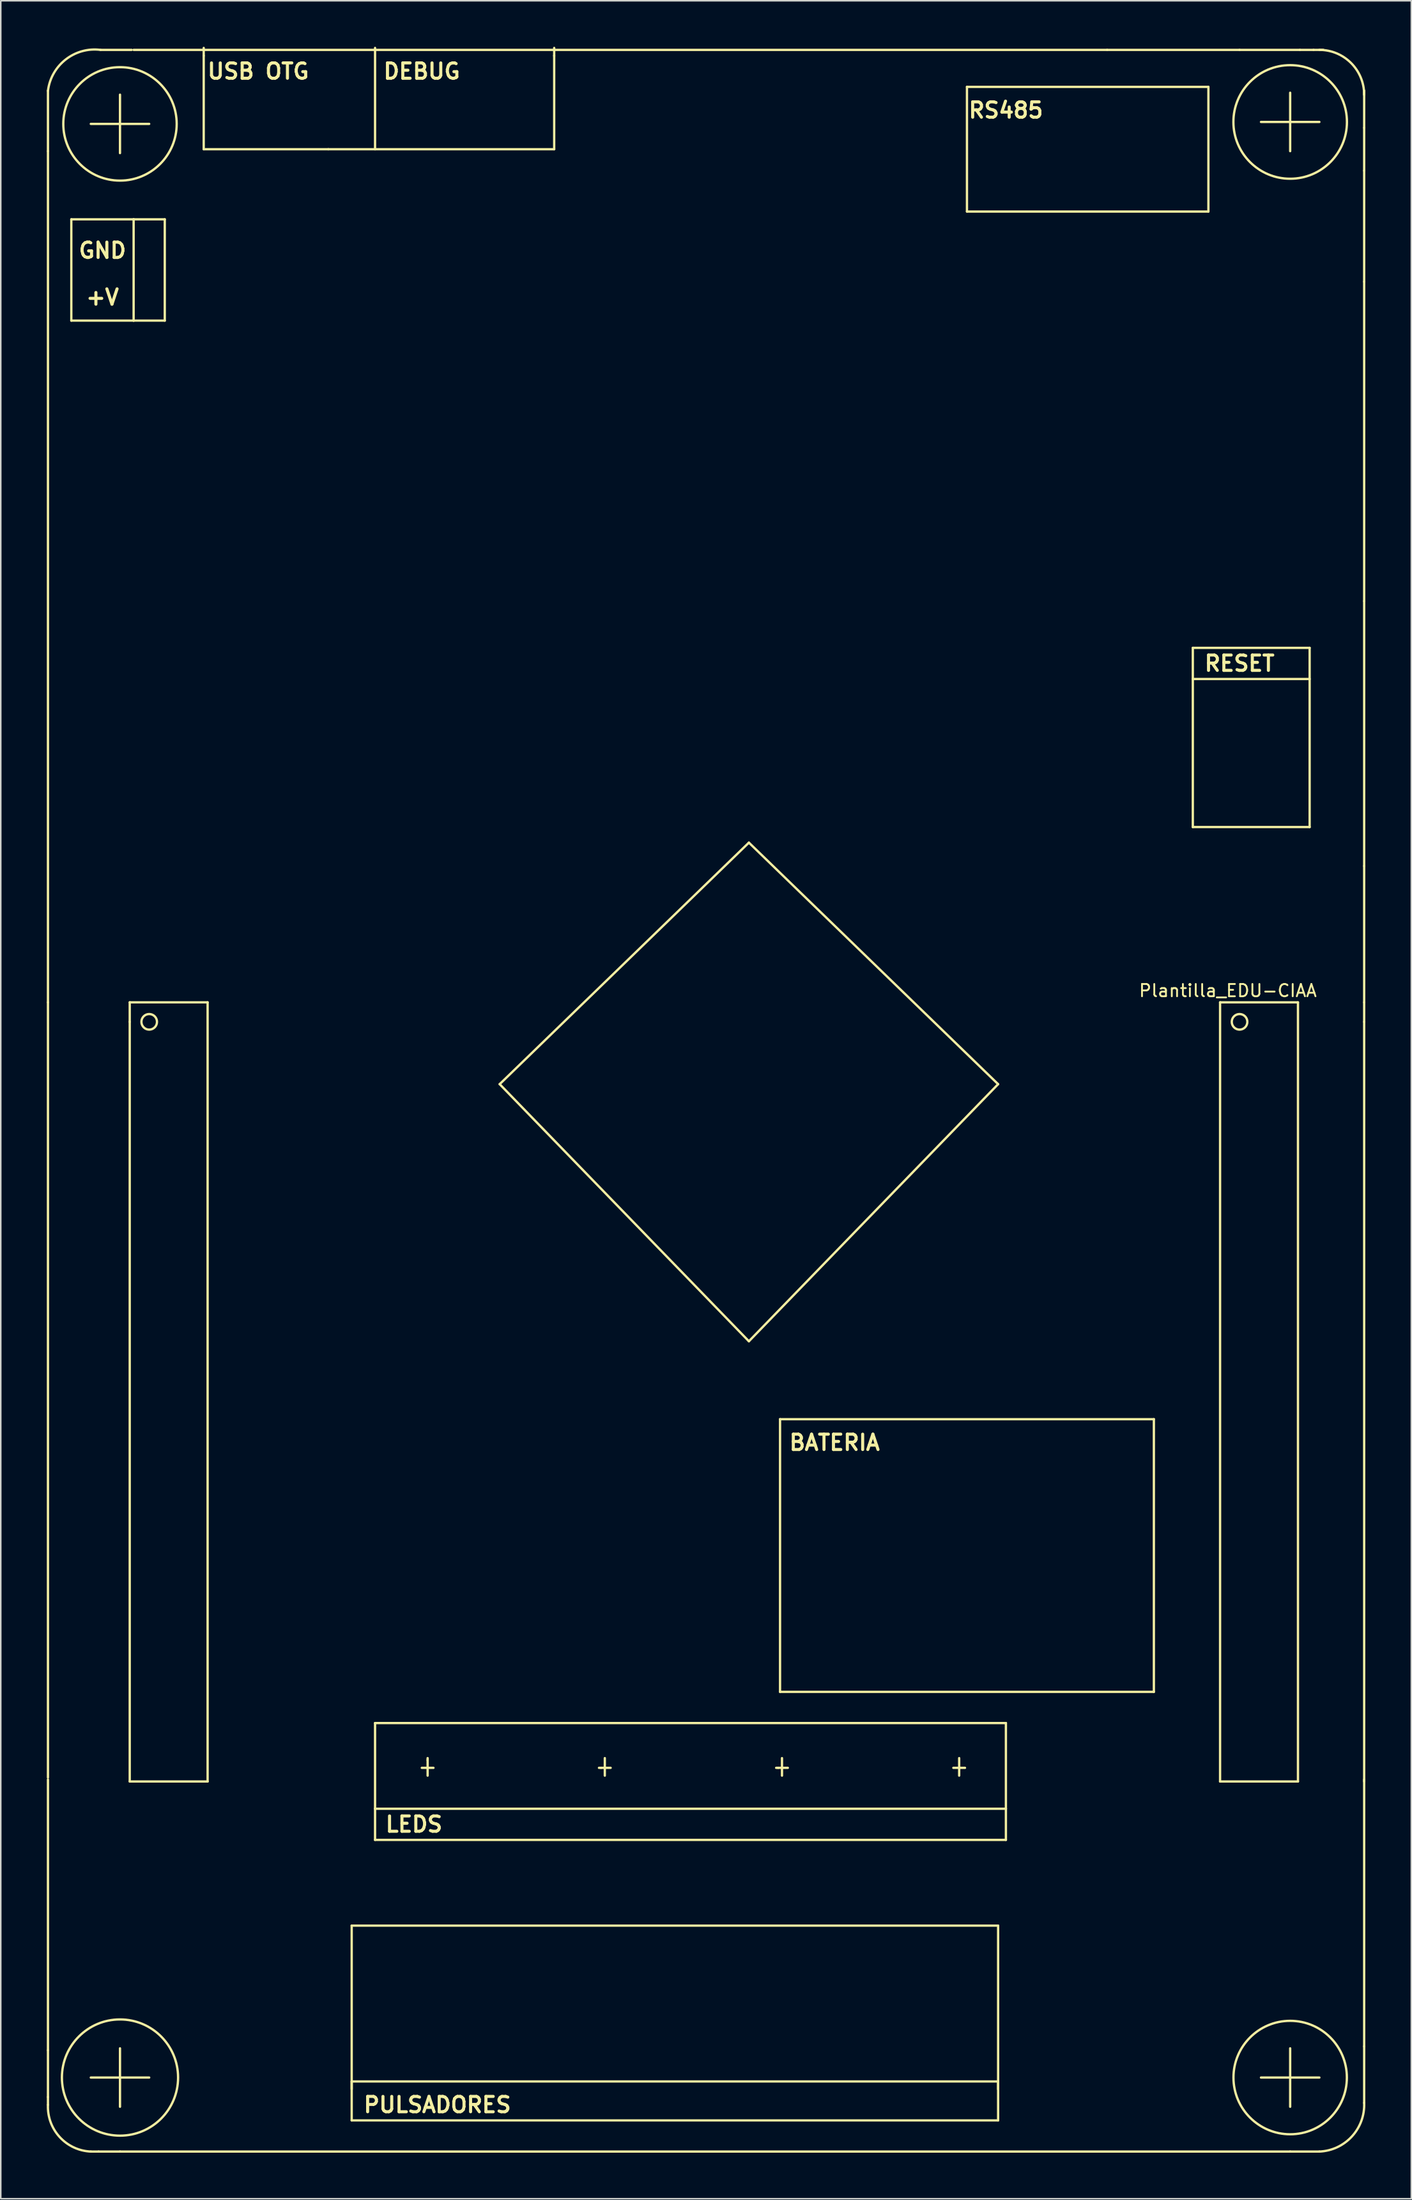
<source format=kicad_pcb>
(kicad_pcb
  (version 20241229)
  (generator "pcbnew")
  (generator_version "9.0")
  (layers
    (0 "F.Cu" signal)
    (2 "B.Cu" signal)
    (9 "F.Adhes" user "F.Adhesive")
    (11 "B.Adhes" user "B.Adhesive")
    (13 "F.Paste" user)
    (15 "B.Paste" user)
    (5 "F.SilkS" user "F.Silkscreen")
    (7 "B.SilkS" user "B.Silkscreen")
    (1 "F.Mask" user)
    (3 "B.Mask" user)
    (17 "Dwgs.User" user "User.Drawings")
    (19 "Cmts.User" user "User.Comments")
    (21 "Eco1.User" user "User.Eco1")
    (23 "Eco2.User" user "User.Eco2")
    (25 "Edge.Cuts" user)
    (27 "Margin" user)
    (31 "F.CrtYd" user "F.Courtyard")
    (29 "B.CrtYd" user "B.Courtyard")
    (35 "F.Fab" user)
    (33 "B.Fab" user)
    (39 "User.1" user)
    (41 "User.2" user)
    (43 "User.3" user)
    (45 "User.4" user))
  (footprint "Plantilla_EDU-CIAA"
    (layer "F.Cu")
    (at 77.802 63.575)
    (property "Reference" "Plantilla_EDU-CIAA" (at -0.762 -2.032 0) (layer "F.SilkS") (effects (font (size 0.8 0.8) (thickness 0.12))))
    (attr through_hole)
    (fp_line (start -77.724 -60.706) (end -77.724 -56.769) (stroke (width 0.15) (type solid)) (layer "F.SilkS"))
    (fp_line (start -77.724 -1.27) (end -77.724 -56.769) (stroke (width 0.15) (type solid)) (layer "F.SilkS"))
    (fp_line (start -77.724 49.276) (end -77.724 -1.27) (stroke (width 0.15) (type solid)) (layer "F.SilkS"))
    (fp_line (start -77.724 49.403) (end -77.724 67.056) (stroke (width 0.15) (type solid)) (layer "F.SilkS"))
    (fp_line (start -77.724 67.056) (end -77.724 70.104) (stroke (width 0.15) (type solid)) (layer "F.SilkS"))
    (fp_line (start -77.724 70.612) (end -77.724 70.104) (stroke (width 0.15) (type solid)) (layer "F.SilkS"))
    (fp_line (start -76.2 -52.324) (end -76.2 -45.72) (stroke (width 0.15) (type solid)) (layer "F.SilkS"))
    (fp_line (start -76.2 -45.72) (end -72.136 -45.72) (stroke (width 0.15) (type solid)) (layer "F.SilkS"))
    (fp_line (start -74.422 73.66) (end -74.93 73.66) (stroke (width 0.15) (type solid)) (layer "F.SilkS"))
    (fp_line (start -73.025 -58.547) (end -74.93 -58.547) (stroke (width 0.15) (type solid)) (layer "F.SilkS"))
    (fp_line (start -73.025 -58.547) (end -73.025 -60.452) (stroke (width 0.15) (type solid)) (layer "F.SilkS"))
    (fp_line (start -73.025 -58.547) (end -73.025 -56.642) (stroke (width 0.15) (type solid)) (layer "F.SilkS"))
    (fp_line (start -73.025 -58.547) (end -71.12 -58.547) (stroke (width 0.15) (type solid)) (layer "F.SilkS"))
    (fp_line (start -73.025 68.834) (end -74.93 68.834) (stroke (width 0.15) (type solid)) (layer "F.SilkS"))
    (fp_line (start -73.025 68.834) (end -73.025 66.929) (stroke (width 0.15) (type solid)) (layer "F.SilkS"))
    (fp_line (start -73.025 68.834) (end -73.025 70.739) (stroke (width 0.15) (type solid)) (layer "F.SilkS"))
    (fp_line (start -73.025 68.834) (end -71.12 68.834) (stroke (width 0.15) (type solid)) (layer "F.SilkS"))
    (fp_line (start -73.025 73.66) (end -74.422 73.66) (stroke (width 0.15) (type solid)) (layer "F.SilkS"))
    (fp_line (start -72.39 -1.27) (end -67.31 -1.27) (stroke (width 0.15) (type solid)) (layer "F.SilkS"))
    (fp_line (start -72.39 0) (end -72.39 -1.27) (stroke (width 0.15) (type solid)) (layer "F.SilkS"))
    (fp_line (start -72.39 49.53) (end -72.39 0) (stroke (width 0.15) (type solid)) (layer "F.SilkS"))
    (fp_line (start -72.263 -63.373) (end -74.295 -63.373) (stroke (width 0.15) (type solid)) (layer "F.SilkS"))
    (fp_line (start -72.136 -52.324) (end -76.2 -52.324) (stroke (width 0.15) (type solid)) (layer "F.SilkS"))
    (fp_line (start -72.136 -45.72) (end -72.136 -52.324) (stroke (width 0.15) (type solid)) (layer "F.SilkS"))
    (fp_line (start -72.136 -45.72) (end -70.104 -45.72) (stroke (width 0.15) (type solid)) (layer "F.SilkS"))
    (fp_line (start -70.104 -52.324) (end -72.136 -52.324) (stroke (width 0.15) (type solid)) (layer "F.SilkS"))
    (fp_line (start -70.104 -45.72) (end -70.104 -52.324) (stroke (width 0.15) (type solid)) (layer "F.SilkS"))
    (fp_line (start -67.564 -62.992) (end -67.564 -63.5) (stroke (width 0.15) (type solid)) (layer "F.SilkS"))
    (fp_line (start -67.564 -56.896) (end -67.564 -62.992) (stroke (width 0.15) (type solid)) (layer "F.SilkS"))
    (fp_line (start -67.564 -56.896) (end -59.436 -56.896) (stroke (width 0.15) (type solid)) (layer "F.SilkS"))
    (fp_line (start -67.31 -1.27) (end -67.31 49.53) (stroke (width 0.15) (type solid)) (layer "F.SilkS"))
    (fp_line (start -67.31 49.53) (end -72.39 49.53) (stroke (width 0.15) (type solid)) (layer "F.SilkS"))
    (fp_line (start -57.912 58.928) (end -57.912 69.596) (stroke (width 0.15) (type solid)) (layer "F.SilkS"))
    (fp_line (start -57.912 69.088) (end -15.748 69.088) (stroke (width 0.15) (type solid)) (layer "F.SilkS"))
    (fp_line (start -57.912 71.628) (end -57.912 69.088) (stroke (width 0.15) (type solid)) (layer "F.SilkS"))
    (fp_line (start -57.912 71.628) (end -15.748 71.628) (stroke (width 0.15) (type solid)) (layer "F.SilkS"))
    (fp_line (start -56.388 -56.896) (end -56.388 -63.5) (stroke (width 0.15) (type solid)) (layer "F.SilkS"))
    (fp_line (start -56.388 45.72) (end -56.388 51.308) (stroke (width 0.15) (type solid)) (layer "F.SilkS"))
    (fp_line (start -56.388 51.308) (end -15.24 51.308) (stroke (width 0.15) (type solid)) (layer "F.SilkS"))
    (fp_line (start -56.388 53.34) (end -56.388 51.308) (stroke (width 0.15) (type solid)) (layer "F.SilkS"))
    (fp_line (start -56.388 53.34) (end -15.24 53.34) (stroke (width 0.15) (type solid)) (layer "F.SilkS"))
    (fp_line (start -52.959 48.133) (end -52.959 48.006) (stroke (width 0.15) (type solid)) (layer "F.SilkS"))
    (fp_line (start -52.959 48.641) (end -53.34 48.641) (stroke (width 0.15) (type solid)) (layer "F.SilkS"))
    (fp_line (start -52.959 48.641) (end -52.959 48.133) (stroke (width 0.15) (type solid)) (layer "F.SilkS"))
    (fp_line (start -52.959 48.641) (end -52.959 49.149) (stroke (width 0.15) (type solid)) (layer "F.SilkS"))
    (fp_line (start -52.959 48.641) (end -52.578 48.641) (stroke (width 0.15) (type solid)) (layer "F.SilkS"))
    (fp_line (start -48.26 4.064) (end -32.004 -11.684) (stroke (width 0.15) (type solid)) (layer "F.SilkS"))
    (fp_line (start -44.704 -62.992) (end -44.704 -63.5) (stroke (width 0.15) (type solid)) (layer "F.SilkS"))
    (fp_line (start -44.704 -62.992) (end -44.704 -56.896) (stroke (width 0.15) (type solid)) (layer "F.SilkS"))
    (fp_line (start -44.704 -56.896) (end -59.436 -56.896) (stroke (width 0.15) (type solid)) (layer "F.SilkS"))
    (fp_line (start -41.656 48.641) (end -41.783 48.641) (stroke (width 0.15) (type solid)) (layer "F.SilkS"))
    (fp_line (start -41.402 48.641) (end -41.656 48.641) (stroke (width 0.15) (type solid)) (layer "F.SilkS"))
    (fp_line (start -41.402 48.641) (end -41.402 48.006) (stroke (width 0.15) (type solid)) (layer "F.SilkS"))
    (fp_line (start -41.402 48.641) (end -41.402 49.149) (stroke (width 0.15) (type solid)) (layer "F.SilkS"))
    (fp_line (start -41.402 48.641) (end -41.021 48.641) (stroke (width 0.15) (type solid)) (layer "F.SilkS"))
    (fp_line (start -32.004 -11.684) (end -15.748 4.064) (stroke (width 0.15) (type solid)) (layer "F.SilkS"))
    (fp_line (start -32.004 20.828) (end -48.26 4.064) (stroke (width 0.15) (type solid)) (layer "F.SilkS"))
    (fp_line (start -30.099 48.641) (end -30.226 48.641) (stroke (width 0.15) (type solid)) (layer "F.SilkS"))
    (fp_line (start -29.972 25.908) (end -29.972 43.688) (stroke (width 0.15) (type solid)) (layer "F.SilkS"))
    (fp_line (start -29.972 43.688) (end -5.588 43.688) (stroke (width 0.15) (type solid)) (layer "F.SilkS"))
    (fp_line (start -29.845 48.641) (end -30.099 48.641) (stroke (width 0.15) (type solid)) (layer "F.SilkS"))
    (fp_line (start -29.845 48.641) (end -29.845 48.006) (stroke (width 0.15) (type solid)) (layer "F.SilkS"))
    (fp_line (start -29.845 48.641) (end -29.845 49.149) (stroke (width 0.15) (type solid)) (layer "F.SilkS"))
    (fp_line (start -29.845 48.641) (end -29.464 48.641) (stroke (width 0.15) (type solid)) (layer "F.SilkS"))
    (fp_line (start -18.288 48.641) (end -18.669 48.641) (stroke (width 0.15) (type solid)) (layer "F.SilkS"))
    (fp_line (start -18.288 48.641) (end -18.288 48.006) (stroke (width 0.15) (type solid)) (layer "F.SilkS"))
    (fp_line (start -18.288 48.641) (end -18.288 49.149) (stroke (width 0.15) (type solid)) (layer "F.SilkS"))
    (fp_line (start -18.288 48.641) (end -17.907 48.641) (stroke (width 0.15) (type solid)) (layer "F.SilkS"))
    (fp_line (start -17.78 -60.96) (end -17.78 -52.832) (stroke (width 0.15) (type solid)) (layer "F.SilkS"))
    (fp_line (start -17.78 -52.832) (end -2.032 -52.832) (stroke (width 0.15) (type solid)) (layer "F.SilkS"))
    (fp_line (start -15.748 4.064) (end -32.004 20.828) (stroke (width 0.15) (type solid)) (layer "F.SilkS"))
    (fp_line (start -15.748 58.928) (end -57.912 58.928) (stroke (width 0.15) (type solid)) (layer "F.SilkS"))
    (fp_line (start -15.748 69.596) (end -15.748 58.928) (stroke (width 0.15) (type solid)) (layer "F.SilkS"))
    (fp_line (start -15.748 71.628) (end -15.748 69.088) (stroke (width 0.15) (type solid)) (layer "F.SilkS"))
    (fp_line (start -15.24 45.72) (end -56.388 45.72) (stroke (width 0.15) (type solid)) (layer "F.SilkS"))
    (fp_line (start -15.24 51.308) (end -15.24 45.72) (stroke (width 0.15) (type solid)) (layer "F.SilkS"))
    (fp_line (start -15.24 53.34) (end -15.24 51.308) (stroke (width 0.15) (type solid)) (layer "F.SilkS"))
    (fp_line (start -8.636 -63.373) (end -72.136 -63.373) (stroke (width 0.15) (type solid)) (layer "F.SilkS"))
    (fp_line (start -5.588 25.908) (end -29.972 25.908) (stroke (width 0.15) (type solid)) (layer "F.SilkS"))
    (fp_line (start -5.588 43.688) (end -5.588 25.908) (stroke (width 0.15) (type solid)) (layer "F.SilkS"))
    (fp_line (start -3.048 -24.384) (end -3.048 -12.7) (stroke (width 0.15) (type solid)) (layer "F.SilkS"))
    (fp_line (start -3.048 -12.7) (end 4.572 -12.7) (stroke (width 0.15) (type solid)) (layer "F.SilkS"))
    (fp_line (start -2.032 -60.96) (end -17.78 -60.96) (stroke (width 0.15) (type solid)) (layer "F.SilkS"))
    (fp_line (start -2.032 -52.832) (end -2.032 -60.96) (stroke (width 0.15) (type solid)) (layer "F.SilkS"))
    (fp_line (start -1.27 49.53) (end -1.27 -1.27) (stroke (width 0.15) (type solid)) (layer "F.SilkS"))
    (fp_line (start 0 -63.373) (end -8.636 -63.373) (stroke (width 0.15) (type solid)) (layer "F.SilkS"))
    (fp_line (start 0 -63.373) (end 3.937 -63.373) (stroke (width 0.15) (type solid)) (layer "F.SilkS"))
    (fp_line (start 3.302 -58.674) (end 1.397 -58.674) (stroke (width 0.15) (type solid)) (layer "F.SilkS"))
    (fp_line (start 3.302 -58.674) (end 3.302 -60.579) (stroke (width 0.15) (type solid)) (layer "F.SilkS"))
    (fp_line (start 3.302 -58.674) (end 3.302 -56.769) (stroke (width 0.15) (type solid)) (layer "F.SilkS"))
    (fp_line (start 3.302 -58.674) (end 5.207 -58.674) (stroke (width 0.15) (type solid)) (layer "F.SilkS"))
    (fp_line (start 3.302 68.834) (end 1.397 68.834) (stroke (width 0.15) (type solid)) (layer "F.SilkS"))
    (fp_line (start 3.302 68.834) (end 3.302 66.929) (stroke (width 0.15) (type solid)) (layer "F.SilkS"))
    (fp_line (start 3.302 68.834) (end 3.302 70.739) (stroke (width 0.15) (type solid)) (layer "F.SilkS"))
    (fp_line (start 3.302 68.834) (end 5.207 68.834) (stroke (width 0.15) (type solid)) (layer "F.SilkS"))
    (fp_line (start 3.302 73.66) (end -73.025 73.66) (stroke (width 0.15) (type solid)) (layer "F.SilkS"))
    (fp_line (start 3.302 73.66) (end 5.207 73.66) (stroke (width 0.15) (type solid)) (layer "F.SilkS"))
    (fp_line (start 3.81 -1.27) (end -1.27 -1.27) (stroke (width 0.15) (type solid)) (layer "F.SilkS"))
    (fp_line (start 3.81 49.53) (end -1.27 49.53) (stroke (width 0.15) (type solid)) (layer "F.SilkS"))
    (fp_line (start 3.81 49.53) (end 3.81 -1.27) (stroke (width 0.15) (type solid)) (layer "F.SilkS"))
    (fp_line (start 3.937 -63.373) (end 4.826 -63.373) (stroke (width 0.15) (type solid)) (layer "F.SilkS"))
    (fp_line (start 4.572 -24.384) (end -3.048 -24.384) (stroke (width 0.15) (type solid)) (layer "F.SilkS"))
    (fp_line (start 4.572 -22.352) (end -3.048 -22.352) (stroke (width 0.15) (type solid)) (layer "F.SilkS"))
    (fp_line (start 4.572 -12.7) (end 4.572 -24.384) (stroke (width 0.15) (type solid)) (layer "F.SilkS"))
    (fp_line (start 5.461 -63.373) (end 4.826 -63.373) (stroke (width 0.15) (type solid)) (layer "F.SilkS"))
    (fp_line (start 8.128 -60.706) (end 8.128 -60.452) (stroke (width 0.15) (type solid)) (layer "F.SilkS"))
    (fp_line (start 8.128 -60.579) (end 8.128 -60.706) (stroke (width 0.15) (type solid)) (layer "F.SilkS"))
    (fp_line (start 8.128 -58.293) (end 8.128 -60.579) (stroke (width 0.15) (type solid)) (layer "F.SilkS"))
    (fp_line (start 8.128 -55.499) (end 8.128 -58.293) (stroke (width 0.15) (type solid)) (layer "F.SilkS"))
    (fp_line (start 8.128 -48.26) (end 8.128 -55.499) (stroke (width 0.15) (type solid)) (layer "F.SilkS"))
    (fp_line (start 8.128 -27.432) (end 8.128 -48.26) (stroke (width 0.15) (type solid)) (layer "F.SilkS"))
    (fp_line (start 8.128 -10.16) (end 8.128 -27.432) (stroke (width 0.15) (type solid)) (layer "F.SilkS"))
    (fp_line (start 8.128 -1.27) (end 8.128 -10.16) (stroke (width 0.15) (type solid)) (layer "F.SilkS"))
    (fp_line (start 8.128 0) (end 8.128 -1.27) (stroke (width 0.15) (type solid)) (layer "F.SilkS"))
    (fp_line (start 8.128 0) (end 8.128 49.53) (stroke (width 0.15) (type solid)) (layer "F.SilkS"))
    (fp_line (start 8.128 49.403) (end 8.128 66.802) (stroke (width 0.15) (type solid)) (layer "F.SilkS"))
    (fp_line (start 8.128 66.802) (end 8.128 70.485) (stroke (width 0.15) (type solid)) (layer "F.SilkS"))
    (fp_arc (start -77.724 -60.706) (mid -76.561854 -62.749669) (end -74.295 -63.373) (stroke (width 0.15) (type solid)) (layer "F.SilkS"))
    (fp_arc (start -74.93 73.66) (mid -76.958261 72.714656) (end -77.724 70.612) (stroke (width 0.15) (type solid)) (layer "F.SilkS"))
    (fp_arc (start 5.207 -63.373) (mid 7.272459 -62.517459) (end 8.128 -60.452) (stroke (width 0.15) (type solid)) (layer "F.SilkS"))
    (fp_arc (start 8.128 70.485) (mid 7.325064 72.677459) (end 5.207 73.66) (stroke (width 0.15) (type solid)) (layer "F.SilkS"))
    (fp_circle (center -73.025 -58.547) (end -69.469 -59.563) (stroke (width 0.15) (type solid)) (fill no) (layer "F.SilkS"))
    (fp_circle (center -73.025 68.834) (end -72.136 65.151) (stroke (width 0.15) (type solid)) (fill no) (layer "F.SilkS"))
    (fp_circle (center -71.12 0) (end -70.612 0) (stroke (width 0.15) (type solid)) (fill no) (layer "F.SilkS"))
    (fp_circle (center 0 0) (end 0.508 0) (stroke (width 0.15) (type solid)) (fill no) (layer "F.SilkS"))
    (fp_circle (center 3.302 -58.674) (end 6.731 -57.277) (stroke (width 0.15) (type solid)) (fill no) (layer "F.SilkS"))
    (fp_circle (center 3.302 68.834) (end 6.858 69.85) (stroke (width 0.15) (type solid)) (fill no) (layer "F.SilkS"))
    (fp_text user "LEDS" (at -53.848 52.324 0) (layer "F.SilkS") (effects (font (size 1 1) (thickness 0.2))))
    (fp_text user "RESET" (at 0 -23.368 0) (layer "F.SilkS") (effects (font (size 1 1) (thickness 0.2))))
    (fp_text user "DEBUG" (at -53.34 -61.976 0) (layer "F.SilkS") (effects (font (size 1 1) (thickness 0.2))))
    (fp_text user "+V" (at -74.168 -47.244 0) (layer "F.SilkS") (effects (font (size 1 1) (thickness 0.2))))
    (fp_text user "PULSADORES" (at -52.324 70.612 0) (layer "F.SilkS") (effects (font (size 1 1) (thickness 0.2))))
    (fp_text user "BATERIA" (at -26.416 27.432 0) (layer "F.SilkS") (effects (font (size 1 1) (thickness 0.2))))
    (fp_text user "USB OTG" (at -64.008 -61.976 0) (layer "F.SilkS") (effects (font (size 1 1) (thickness 0.2))))
    (fp_text user "GND" (at -74.168 -50.292 0) (layer "F.SilkS") (effects (font (size 1 1) (thickness 0.2))))
    (fp_text user "RS485" (at -15.24 -59.436 0) (layer "F.SilkS") (effects (font (size 1 1) (thickness 0.2)))))
  (gr_rect
    (start -3 -3)
    (end 89.007 140.31)
    (stroke (width 0.1) (type default))
    (fill no)
    (layer "Edge.Cuts")))
</source>
